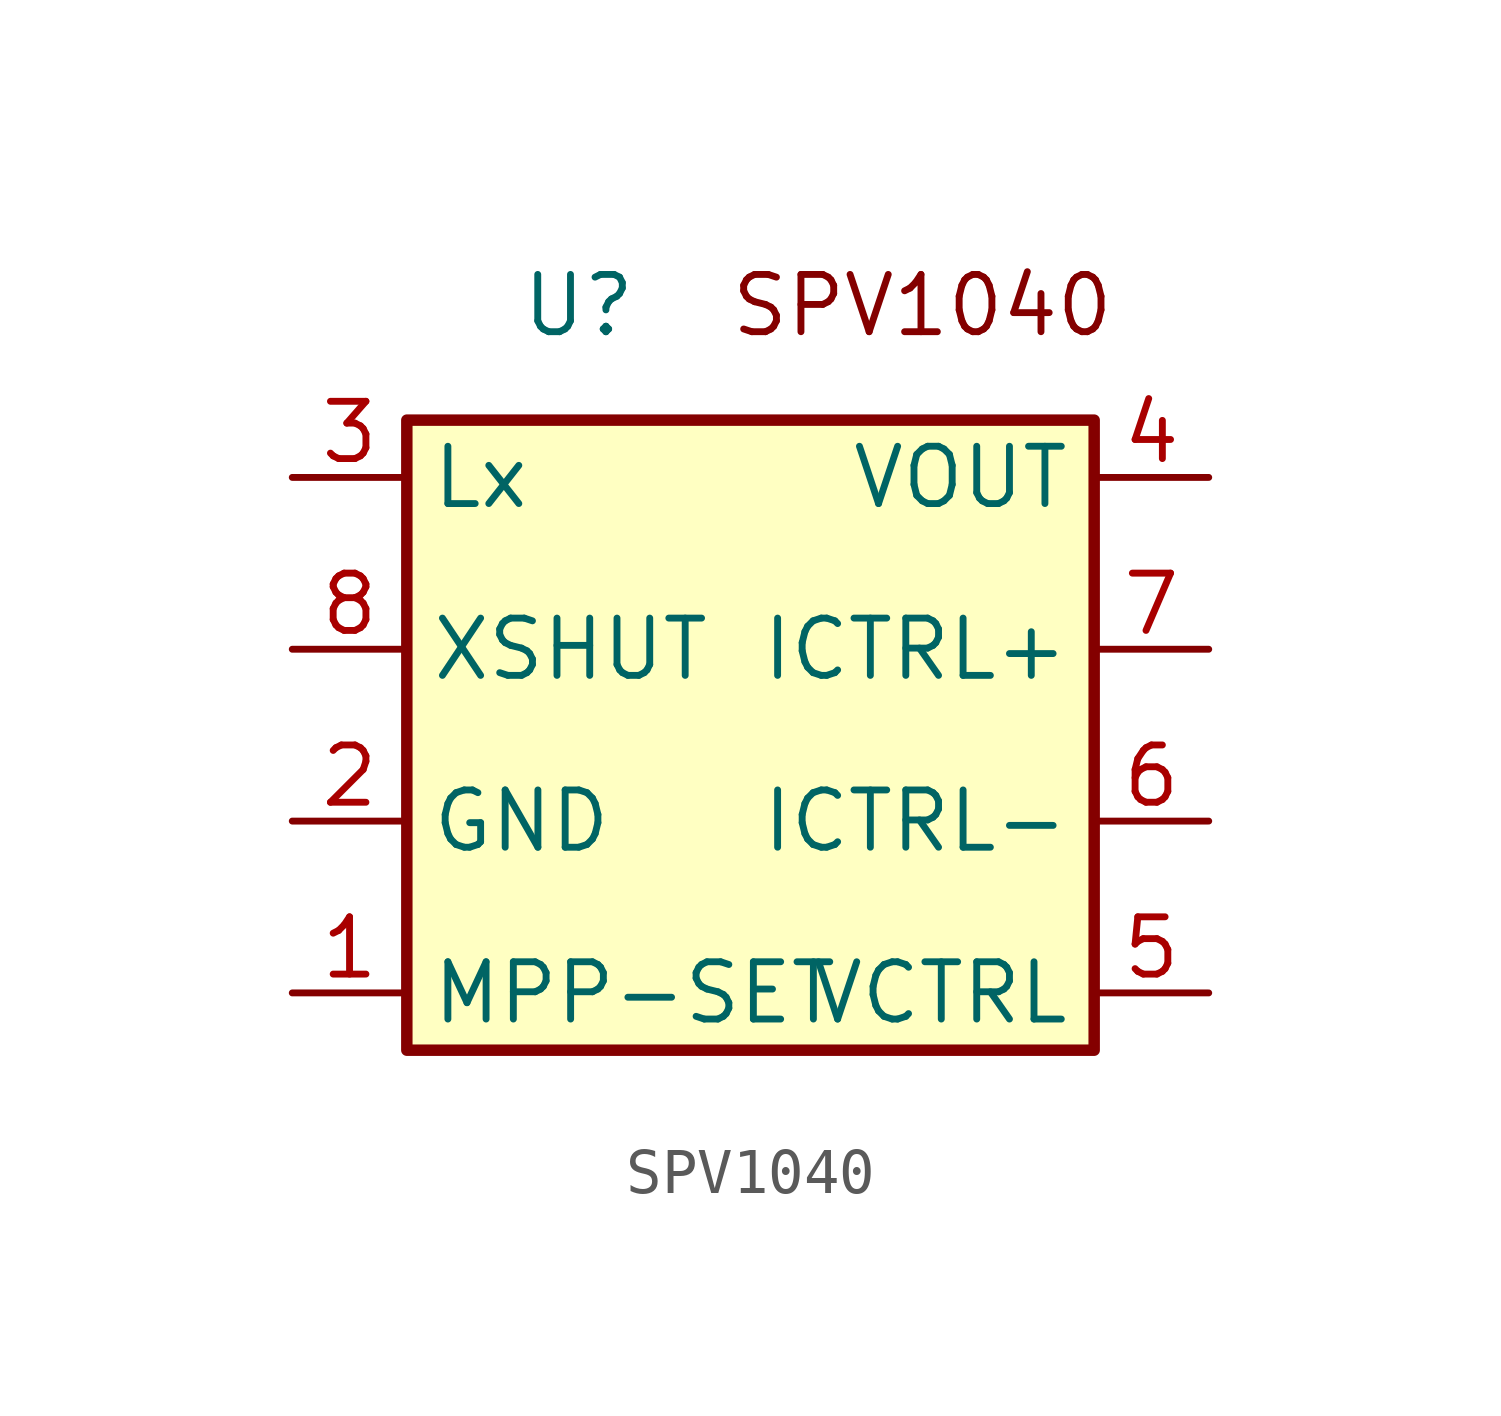
<source format=kicad_sym>
(kicad_symbol_lib
  (version 20220914)
  (generator kicad_symbol_editor)
  (symbol "SPV1040"
    (property "Reference" "U"
      (at 0 0 0)
      (effects (font (size 1.27 1.27))))
    (property "Value" ""
      (at 0 0 0)
      (effects (font (size 1.27 1.27))))
    (symbol "SPV1040_1_1"
      (rectangle (start -3.81 -2.54) (end 11.43 -16.51) (stroke (width 0.254) (type default)) (fill (type background)))
      (text "SPV1040" (at 7.62 0 0) (effects (font (size 1.27 1.27))))
      (pin power_in line (at -6.35 -15.24 0) (length 2.54) (name "MPP-SET" (effects (font (size 1.27 1.27)))) (number "1" (effects (font (size 1.27 1.27)))))
      (pin input line (at -6.35 -11.43 0) (length 2.54) (name "GND" (effects (font (size 1.27 1.27)))) (number "2" (effects (font (size 1.27 1.27)))))
      (pin input line (at -6.35 -3.81 0) (length 2.54) (name "Lx" (effects (font (size 1.27 1.27)))) (number "3" (effects (font (size 1.27 1.27)))))
      (pin power_in line (at 13.97 -3.81 180) (length 2.54) (name "VOUT" (effects (font (size 1.27 1.27)))) (number "4" (effects (font (size 1.27 1.27)))))
      (pin input line (at 13.97 -15.24 180) (length 2.54) (name "VCTRL" (effects (font (size 1.27 1.27)))) (number "5" (effects (font (size 1.27 1.27)))))
      (pin input line (at 13.97 -11.43 180) (length 2.54) (name "ICTRL-" (effects (font (size 1.27 1.27)))) (number "6" (effects (font (size 1.27 1.27)))))
      (pin bidirectional line (at 13.97 -7.62 180) (length 2.54) (name "ICTRL+" (effects (font (size 1.27 1.27)))) (number "7" (effects (font (size 1.27 1.27)))))
      (pin input line (at -6.35 -7.62 0) (length 2.54) (name "XSHUT" (effects (font (size 1.27 1.27)))) (number "8" (effects (font (size 1.27 1.27))))))))
</source>
